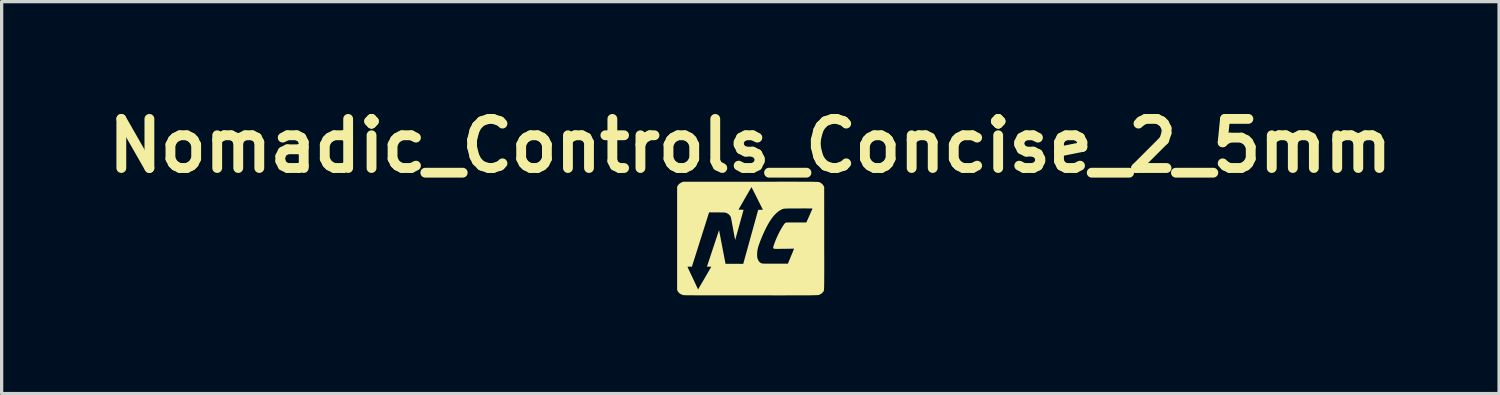
<source format=kicad_pcb>
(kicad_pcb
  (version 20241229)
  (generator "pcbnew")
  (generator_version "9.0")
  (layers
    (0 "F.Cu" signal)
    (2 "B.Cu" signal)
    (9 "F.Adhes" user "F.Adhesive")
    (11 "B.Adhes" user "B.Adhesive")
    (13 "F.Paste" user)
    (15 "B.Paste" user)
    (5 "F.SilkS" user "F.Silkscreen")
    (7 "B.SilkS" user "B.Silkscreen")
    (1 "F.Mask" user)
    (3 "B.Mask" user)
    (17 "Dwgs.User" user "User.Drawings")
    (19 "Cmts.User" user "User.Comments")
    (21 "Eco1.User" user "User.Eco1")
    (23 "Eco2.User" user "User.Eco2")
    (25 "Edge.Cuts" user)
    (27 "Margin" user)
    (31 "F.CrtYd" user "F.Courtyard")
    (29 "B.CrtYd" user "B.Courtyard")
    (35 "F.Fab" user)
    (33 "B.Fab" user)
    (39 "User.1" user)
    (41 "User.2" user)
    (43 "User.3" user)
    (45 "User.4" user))
  (footprint "Nomadic_Controls_Concise_2_5mm"
    (layer "F.Cu")
    (at 19.871 4.254)
    (property "Reference" "Nomadic_Controls_Concise_2_5mm" (at 0 -2.85 0) (layer "F.SilkS") (effects (font (size 1.5 1.5) (thickness 0.3))))
    (attr board_only exclude_from_pos_files exclude_from_bom)
    (fp_poly (pts (xy 1.317 -1.754) (xy 1.405 -1.754) (xy 1.486 -1.753) (xy 1.561 -1.753) (xy 1.629 -1.753) (xy 1.691 -1.753) (xy 1.748 -1.753) (xy 1.799 -1.752) (xy 1.845 -1.752) (xy 1.886 -1.751) (xy 1.923 -1.751) (xy 1.955 -1.75) (xy 1.984 -1.749) (xy 2.008 -1.748) (xy 2.03 -1.748) (xy 2.048 -1.747) (xy 2.064 -1.746) (xy 2.077 -1.744) (xy 2.087 -1.743) (xy 2.096 -1.742) (xy 2.104 -1.74) (xy 2.109 -1.739) (xy 2.114 -1.737) (xy 2.118 -1.735) (xy 2.122 -1.733) (xy 2.126 -1.731) (xy 2.129 -1.729) (xy 2.133 -1.726) (xy 2.138 -1.724) (xy 2.138 -1.724) (xy 2.175 -1.7) (xy 2.208 -1.67) (xy 2.233 -1.636) (xy 2.239 -1.624) (xy 2.256 -1.591) (xy 2.257 -0.033) (xy 2.257 0.118) (xy 2.257 0.258) (xy 2.257 0.39) (xy 2.258 0.512) (xy 2.258 0.626) (xy 2.258 0.731) (xy 2.258 0.828) (xy 2.258 0.918) (xy 2.258 1) (xy 2.258 1.075) (xy 2.257 1.143) (xy 2.257 1.205) (xy 2.257 1.26) (xy 2.256 1.31) (xy 2.256 1.355) (xy 2.255 1.394) (xy 2.255 1.429) (xy 2.254 1.459) (xy 2.253 1.486) (xy 2.252 1.508) (xy 2.251 1.527) (xy 2.25 1.543) (xy 2.248 1.556) (xy 2.247 1.567) (xy 2.245 1.576) (xy 2.243 1.583) (xy 2.241 1.588) (xy 2.239 1.593) (xy 2.237 1.597) (xy 2.234 1.6) (xy 2.232 1.603) (xy 2.229 1.607) (xy 2.225 1.611) (xy 2.224 1.612) (xy 2.198 1.643) (xy 2.164 1.67) (xy 2.126 1.691) (xy 2.121 1.693) (xy 2.117 1.696) (xy 2.113 1.698) (xy 2.11 1.7) (xy 2.105 1.701) (xy 2.101 1.703) (xy 2.095 1.705) (xy 2.089 1.706) (xy 2.081 1.707) (xy 2.071 1.709) (xy 2.059 1.71) (xy 2.045 1.711) (xy 2.028 1.712) (xy 2.008 1.713) (xy 1.985 1.714) (xy 1.959 1.714) (xy 1.928 1.715) (xy 1.894 1.716) (xy 1.855 1.716) (xy 1.812 1.717) (xy 1.763 1.717) (xy 1.71 1.717) (xy 1.651 1.718) (xy 1.586 1.718) (xy 1.514 1.718) (xy 1.437 1.718) (xy 1.352 1.718) (xy 1.261 1.718) (xy 1.162 1.718) (xy 1.056 1.719) (xy 0.941 1.719) (xy 0.819 1.719) (xy 0.688 1.719) (xy 0.548 1.718) (xy 0.399 1.718) (xy 0.241 1.718) (xy 0.073 1.718) (xy 0.008 1.718) (xy -0.167 1.718) (xy -0.332 1.718) (xy -0.488 1.718) (xy -0.634 1.718) (xy -0.771 1.718) (xy -0.899 1.718) (xy -1.019 1.718) (xy -1.13 1.718) (xy -1.234 1.718) (xy -1.33 1.718) (xy -1.419 1.717) (xy -1.5 1.717) (xy -1.575 1.717) (xy -1.642 1.717) (xy -1.704 1.717) (xy -1.759 1.716) (xy -1.809 1.716) (xy -1.853 1.716) (xy -1.891 1.715) (xy -1.925 1.715) (xy -1.954 1.715) (xy -1.978 1.714) (xy -1.999 1.714) (xy -2.015 1.713) (xy -2.027 1.713) (xy -2.036 1.712) (xy -2.042 1.712) (xy -2.044 1.711) (xy -2.095 1.696) (xy -2.139 1.674) (xy -2.176 1.646) (xy -2.206 1.612) (xy -2.222 1.583) (xy -2.236 1.555) (xy -2.236 0.846) (xy -1.921 0.846) (xy -1.918 0.851) (xy -1.912 0.864) (xy -1.903 0.885) (xy -1.89 0.913) (xy -1.873 0.948) (xy -1.855 0.988) (xy -1.834 1.032) (xy -1.811 1.081) (xy -1.786 1.133) (xy -1.76 1.188) (xy -1.758 1.193) (xy -1.596 1.537) (xy -1.572 1.495) (xy -1.565 1.484) (xy -1.554 1.465) (xy -1.539 1.439) (xy -1.52 1.406) (xy -1.498 1.368) (xy -1.473 1.326) (xy -1.446 1.28) (xy -1.417 1.231) (xy -1.387 1.18) (xy -1.37 1.149) (xy -1.192 0.844) (xy -1.258 0.842) (xy -1.325 0.839) (xy -1.144 0.292) (xy -1.12 0.221) (xy -1.097 0.152) (xy -1.075 0.086) (xy -1.055 0.024) (xy -1.036 -0.034) (xy -1.018 -0.086) (xy -1.003 -0.133) (xy -0.989 -0.174) (xy -0.978 -0.207) (xy -0.969 -0.234) (xy -0.963 -0.252) (xy -0.96 -0.261) (xy -0.96 -0.262) (xy -0.957 -0.267) (xy -0.954 -0.262) (xy -0.954 -0.262) (xy -0.953 -0.256) (xy -0.949 -0.241) (xy -0.945 -0.218) (xy -0.939 -0.186) (xy -0.931 -0.147) (xy -0.922 -0.102) (xy -0.912 -0.051) (xy -0.902 0.006) (xy -0.89 0.067) (xy -0.877 0.132) (xy -0.864 0.2) (xy -0.855 0.249) (xy -0.758 0.754) (xy -0.488 0.755) (xy -0.217 0.756) (xy -0.212 0.737) (xy -0.21 0.73) (xy -0.205 0.714) (xy -0.198 0.69) (xy -0.189 0.657) (xy -0.178 0.616) (xy -0.165 0.569) (xy -0.15 0.514) (xy -0.141 0.482) (xy 0.207 0.482) (xy 0.208 0.523) (xy 0.212 0.557) (xy 0.214 0.568) (xy 0.228 0.616) (xy 0.249 0.659) (xy 0.274 0.694) (xy 0.305 0.721) (xy 0.34 0.739) (xy 0.341 0.739) (xy 0.346 0.741) (xy 0.352 0.743) (xy 0.358 0.745) (xy 0.366 0.746) (xy 0.376 0.747) (xy 0.389 0.748) (xy 0.405 0.749) (xy 0.426 0.749) (xy 0.451 0.75) (xy 0.483 0.75) (xy 0.52 0.75) (xy 0.565 0.75) (xy 0.618 0.751) (xy 0.679 0.751) (xy 0.75 0.751) (xy 0.759 0.751) (xy 1.147 0.751) (xy 1.241 0.523) (xy 1.26 0.478) (xy 1.278 0.435) (xy 1.294 0.397) (xy 1.307 0.363) (xy 1.319 0.334) (xy 1.328 0.313) (xy 1.334 0.298) (xy 1.336 0.292) (xy 1.336 0.292) (xy 1.331 0.29) (xy 1.32 0.29) (xy 1.314 0.291) (xy 1.301 0.292) (xy 1.28 0.292) (xy 1.251 0.293) (xy 1.217 0.294) (xy 1.177 0.295) (xy 1.134 0.295) (xy 1.088 0.296) (xy 1.041 0.297) (xy 0.993 0.297) (xy 0.946 0.297) (xy 0.9 0.298) (xy 0.858 0.298) (xy 0.819 0.298) (xy 0.785 0.298) (xy 0.757 0.297) (xy 0.737 0.297) (xy 0.725 0.296) (xy 0.722 0.296) (xy 0.713 0.288) (xy 0.704 0.276) (xy 0.703 0.273) (xy 0.7 0.266) (xy 0.698 0.259) (xy 0.698 0.251) (xy 0.7 0.239) (xy 0.705 0.223) (xy 0.713 0.199) (xy 0.716 0.19) (xy 0.745 0.106) (xy 0.779 0.018) (xy 0.818 -0.071) (xy 0.86 -0.16) (xy 0.904 -0.246) (xy 0.949 -0.325) (xy 0.967 -0.355) (xy 0.99 -0.392) (xy 1.008 -0.421) (xy 1.023 -0.443) (xy 1.036 -0.46) (xy 1.046 -0.473) (xy 1.056 -0.483) (xy 1.066 -0.49) (xy 1.07 -0.493) (xy 1.091 -0.507) (xy 1.401 -0.508) (xy 1.711 -0.509) (xy 1.805 -0.719) (xy 1.824 -0.762) (xy 1.842 -0.802) (xy 1.858 -0.839) (xy 1.872 -0.871) (xy 1.884 -0.897) (xy 1.893 -0.917) (xy 1.898 -0.929) (xy 1.9 -0.933) (xy 1.895 -0.934) (xy 1.88 -0.935) (xy 1.856 -0.935) (xy 1.821 -0.936) (xy 1.777 -0.936) (xy 1.723 -0.937) (xy 1.659 -0.937) (xy 1.585 -0.937) (xy 1.503 -0.936) (xy 1.471 -0.936) (xy 1.393 -0.936) (xy 1.325 -0.936) (xy 1.265 -0.935) (xy 1.213 -0.935) (xy 1.169 -0.935) (xy 1.131 -0.934) (xy 1.099 -0.933) (xy 1.072 -0.932) (xy 1.05 -0.93) (xy 1.031 -0.928) (xy 1.015 -0.926) (xy 1.002 -0.923) (xy 0.99 -0.92) (xy 0.98 -0.916) (xy 0.969 -0.911) (xy 0.958 -0.906) (xy 0.946 -0.9) (xy 0.939 -0.896) (xy 0.881 -0.863) (xy 0.824 -0.819) (xy 0.766 -0.766) (xy 0.709 -0.703) (xy 0.653 -0.631) (xy 0.598 -0.55) (xy 0.552 -0.474) (xy 0.52 -0.417) (xy 0.487 -0.354) (xy 0.454 -0.287) (xy 0.421 -0.218) (xy 0.389 -0.146) (xy 0.358 -0.075) (xy 0.329 -0.004) (xy 0.301 0.065) (xy 0.277 0.131) (xy 0.256 0.192) (xy 0.239 0.247) (xy 0.226 0.295) (xy 0.224 0.307) (xy 0.216 0.347) (xy 0.211 0.392) (xy 0.208 0.438) (xy 0.207 0.482) (xy -0.141 0.482) (xy -0.133 0.454) (xy -0.115 0.388) (xy -0.095 0.317) (xy -0.074 0.242) (xy -0.052 0.162) (xy -0.03 0.08) (xy -0.006 -0.006) (xy 0.017 -0.088) (xy 0.24 -0.895) (xy 0.311 -0.896) (xy 0.383 -0.898) (xy 0.21 -1.243) (xy 0.183 -1.298) (xy 0.157 -1.35) (xy 0.132 -1.399) (xy 0.11 -1.443) (xy 0.089 -1.483) (xy 0.072 -1.518) (xy 0.057 -1.546) (xy 0.046 -1.568) (xy 0.039 -1.582) (xy 0.035 -1.588) (xy 0.035 -1.588) (xy 0.032 -1.583) (xy 0.025 -1.571) (xy 0.013 -1.551) (xy -0.002 -1.525) (xy -0.021 -1.492) (xy -0.044 -1.454) (xy -0.068 -1.411) (xy -0.096 -1.364) (xy -0.125 -1.313) (xy -0.155 -1.26) (xy -0.165 -1.244) (xy -0.362 -0.9) (xy -0.284 -0.898) (xy -0.253 -0.898) (xy -0.231 -0.897) (xy -0.216 -0.895) (xy -0.209 -0.893) (xy -0.208 -0.891) (xy -0.209 -0.885) (xy -0.213 -0.87) (xy -0.22 -0.847) (xy -0.228 -0.817) (xy -0.239 -0.779) (xy -0.251 -0.735) (xy -0.265 -0.686) (xy -0.28 -0.631) (xy -0.296 -0.572) (xy -0.313 -0.51) (xy -0.331 -0.445) (xy -0.336 -0.43) (xy -0.354 -0.364) (xy -0.371 -0.301) (xy -0.388 -0.242) (xy -0.403 -0.187) (xy -0.417 -0.137) (xy -0.43 -0.092) (xy -0.441 -0.054) (xy -0.45 -0.022) (xy -0.457 0.002) (xy -0.461 0.018) (xy -0.464 0.025) (xy -0.464 0.025) (xy -0.465 0.02) (xy -0.468 0.006) (xy -0.472 -0.016) (xy -0.478 -0.046) (xy -0.485 -0.082) (xy -0.493 -0.125) (xy -0.502 -0.172) (xy -0.511 -0.224) (xy -0.521 -0.279) (xy -0.528 -0.316) (xy -0.541 -0.388) (xy -0.553 -0.451) (xy -0.563 -0.506) (xy -0.572 -0.552) (xy -0.579 -0.59) (xy -0.586 -0.621) (xy -0.591 -0.645) (xy -0.596 -0.664) (xy -0.599 -0.677) (xy -0.602 -0.684) (xy -0.623 -0.718) (xy -0.652 -0.75) (xy -0.687 -0.776) (xy -0.727 -0.797) (xy -0.742 -0.803) (xy -0.75 -0.805) (xy -0.758 -0.808) (xy -0.767 -0.809) (xy -0.778 -0.811) (xy -0.792 -0.812) (xy -0.81 -0.813) (xy -0.833 -0.813) (xy -0.862 -0.814) (xy -0.898 -0.814) (xy -0.942 -0.815) (xy -0.995 -0.815) (xy -1.016 -0.815) (xy -1.259 -0.817) (xy -1.269 -0.785) (xy -1.272 -0.777) (xy -1.278 -0.76) (xy -1.286 -0.734) (xy -1.297 -0.7) (xy -1.31 -0.658) (xy -1.325 -0.61) (xy -1.342 -0.556) (xy -1.362 -0.495) (xy -1.382 -0.429) (xy -1.405 -0.359) (xy -1.428 -0.284) (xy -1.453 -0.206) (xy -1.479 -0.124) (xy -1.505 -0.04) (xy -1.52 0.005) (xy -1.547 0.09) (xy -1.573 0.173) (xy -1.598 0.254) (xy -1.623 0.331) (xy -1.646 0.404) (xy -1.668 0.473) (xy -1.688 0.537) (xy -1.707 0.595) (xy -1.723 0.647) (xy -1.738 0.693) (xy -1.75 0.732) (xy -1.76 0.763) (xy -1.767 0.785) (xy -1.771 0.799) (xy -1.772 0.803) (xy -1.785 0.842) (xy -1.853 0.842) (xy -1.878 0.842) (xy -1.898 0.843) (xy -1.913 0.844) (xy -1.92 0.845) (xy -1.921 0.846) (xy -2.236 0.846) (xy -2.236 -0.02) (xy -2.236 -1.595) (xy -2.222 -1.623) (xy -2.198 -1.661) (xy -2.165 -1.693) (xy -2.123 -1.721) (xy -2.089 -1.737) (xy -2.054 -1.752) (xy -0.006 -1.753) (xy 0.167 -1.753) (xy 0.33 -1.753) (xy 0.483 -1.753) (xy 0.628 -1.753) (xy 0.763 -1.753) (xy 0.89 -1.754) (xy 1.008 -1.754) (xy 1.119 -1.754) (xy 1.222 -1.754)) (stroke (width 0) (type solid)) (fill yes) (layer "F.SilkS")))
  (gr_rect
    (start -3 -3)
    (end 42.743 8.973)
    (stroke (width 0.1) (type default))
    (fill no)
    (layer "Edge.Cuts")))
</source>
